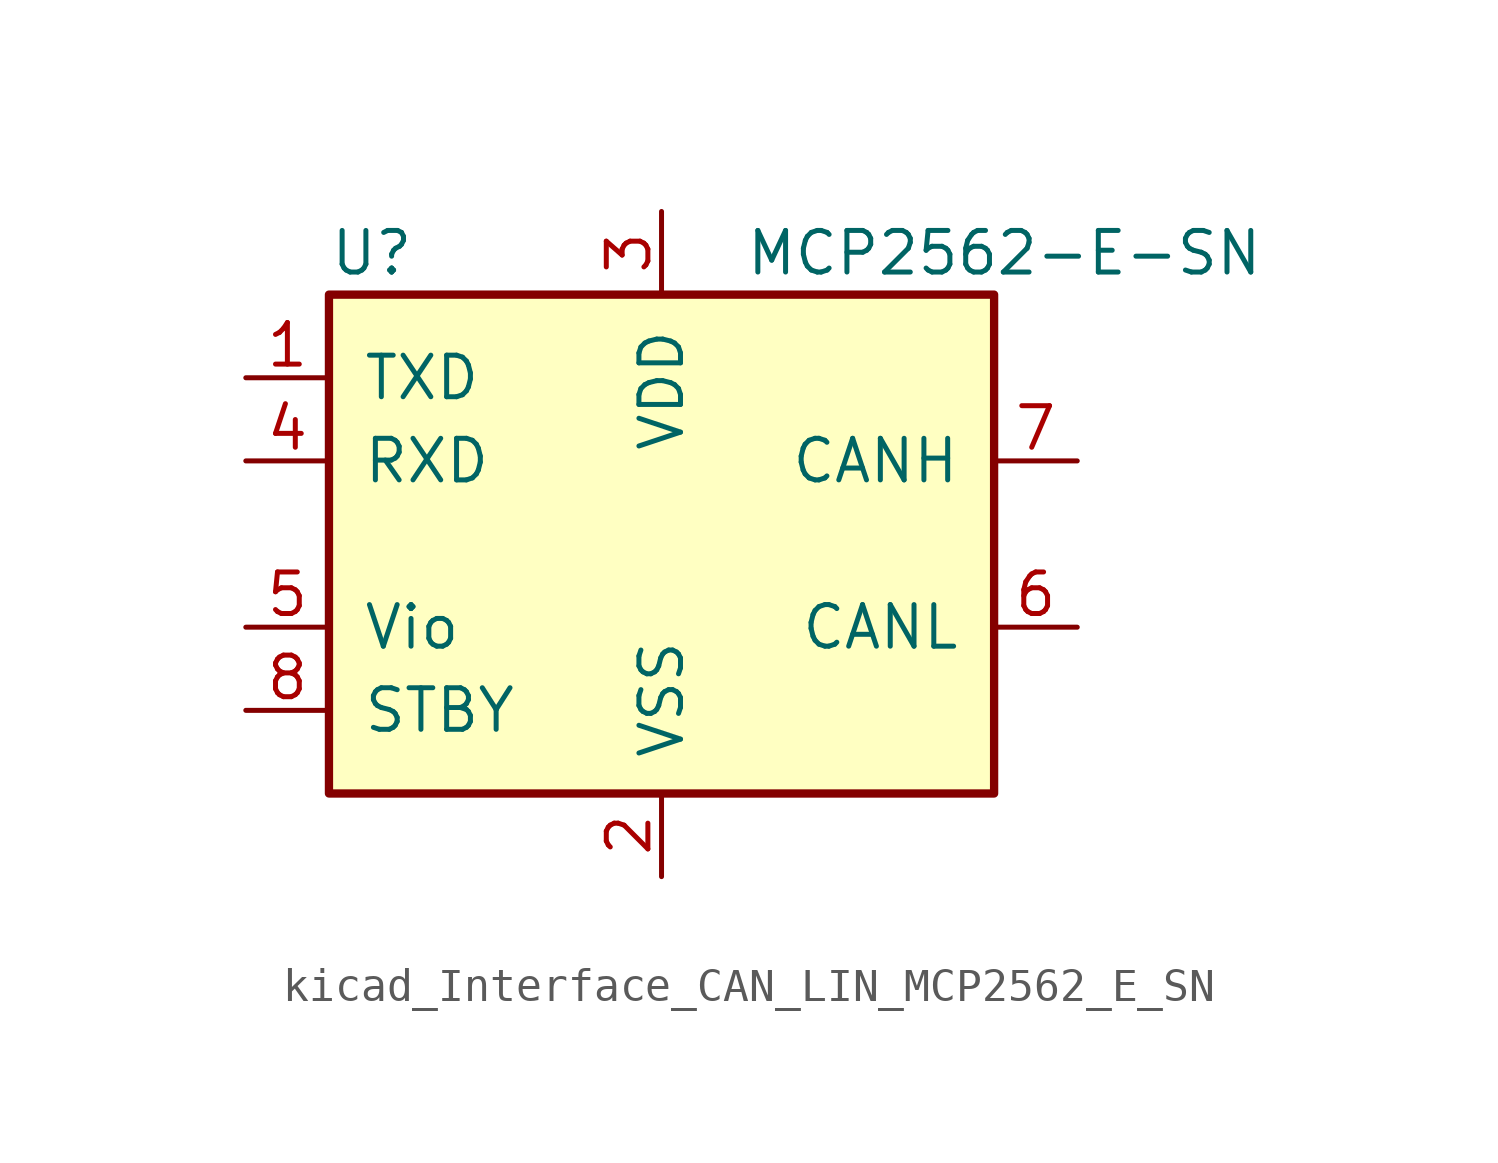
<source format=kicad_sym>
(kicad_symbol_lib
  (version 20220914)
  (generator kicad_symbol_editor)
  (symbol "kicad_Interface_CAN_LIN_MCP2562_E_SN"
    (pin_names
      (offset 1.016))
    (property "Reference" "U"
      (at -10.16 8.89 0)
      (effects (font (size 1.27 1.27)) (justify left)))
    (property "Value" "MCP2562-E-SN"
      (at 2.54 8.89 0)
      (effects (font (size 1.27 1.27)) (justify left)))
    (symbol "kicad_Interface_CAN_LIN_MCP2562_E_SN_0_1"
      (rectangle (start -10.16 7.62) (end 10.16 -7.62) (stroke (width 0.254) (type default)) (fill (type background))))
    (symbol "kicad_Interface_CAN_LIN_MCP2562_E_SN_1_1"
      (pin input line (at -12.7 5.08 0) (length 2.54) (name "TXD" (effects (font (size 1.27 1.27)))) (number "1" (effects (font (size 1.27 1.27)))))
      (pin power_in line (at 0 -10.16 90) (length 2.54) (name "VSS" (effects (font (size 1.27 1.27)))) (number "2" (effects (font (size 1.27 1.27)))))
      (pin power_in line (at 0 10.16 270) (length 2.54) (name "VDD" (effects (font (size 1.27 1.27)))) (number "3" (effects (font (size 1.27 1.27)))))
      (pin output line (at -12.7 2.54 0) (length 2.54) (name "RXD" (effects (font (size 1.27 1.27)))) (number "4" (effects (font (size 1.27 1.27)))))
      (pin power_in line (at -12.7 -2.54 0) (length 2.54) (name "Vio" (effects (font (size 1.27 1.27)))) (number "5" (effects (font (size 1.27 1.27)))))
      (pin bidirectional line (at 12.7 -2.54 180) (length 2.54) (name "CANL" (effects (font (size 1.27 1.27)))) (number "6" (effects (font (size 1.27 1.27)))))
      (pin bidirectional line (at 12.7 2.54 180) (length 2.54) (name "CANH" (effects (font (size 1.27 1.27)))) (number "7" (effects (font (size 1.27 1.27)))))
      (pin input line (at -12.7 -5.08 0) (length 2.54) (name "STBY" (effects (font (size 1.27 1.27)))) (number "8" (effects (font (size 1.27 1.27))))))))
</source>
